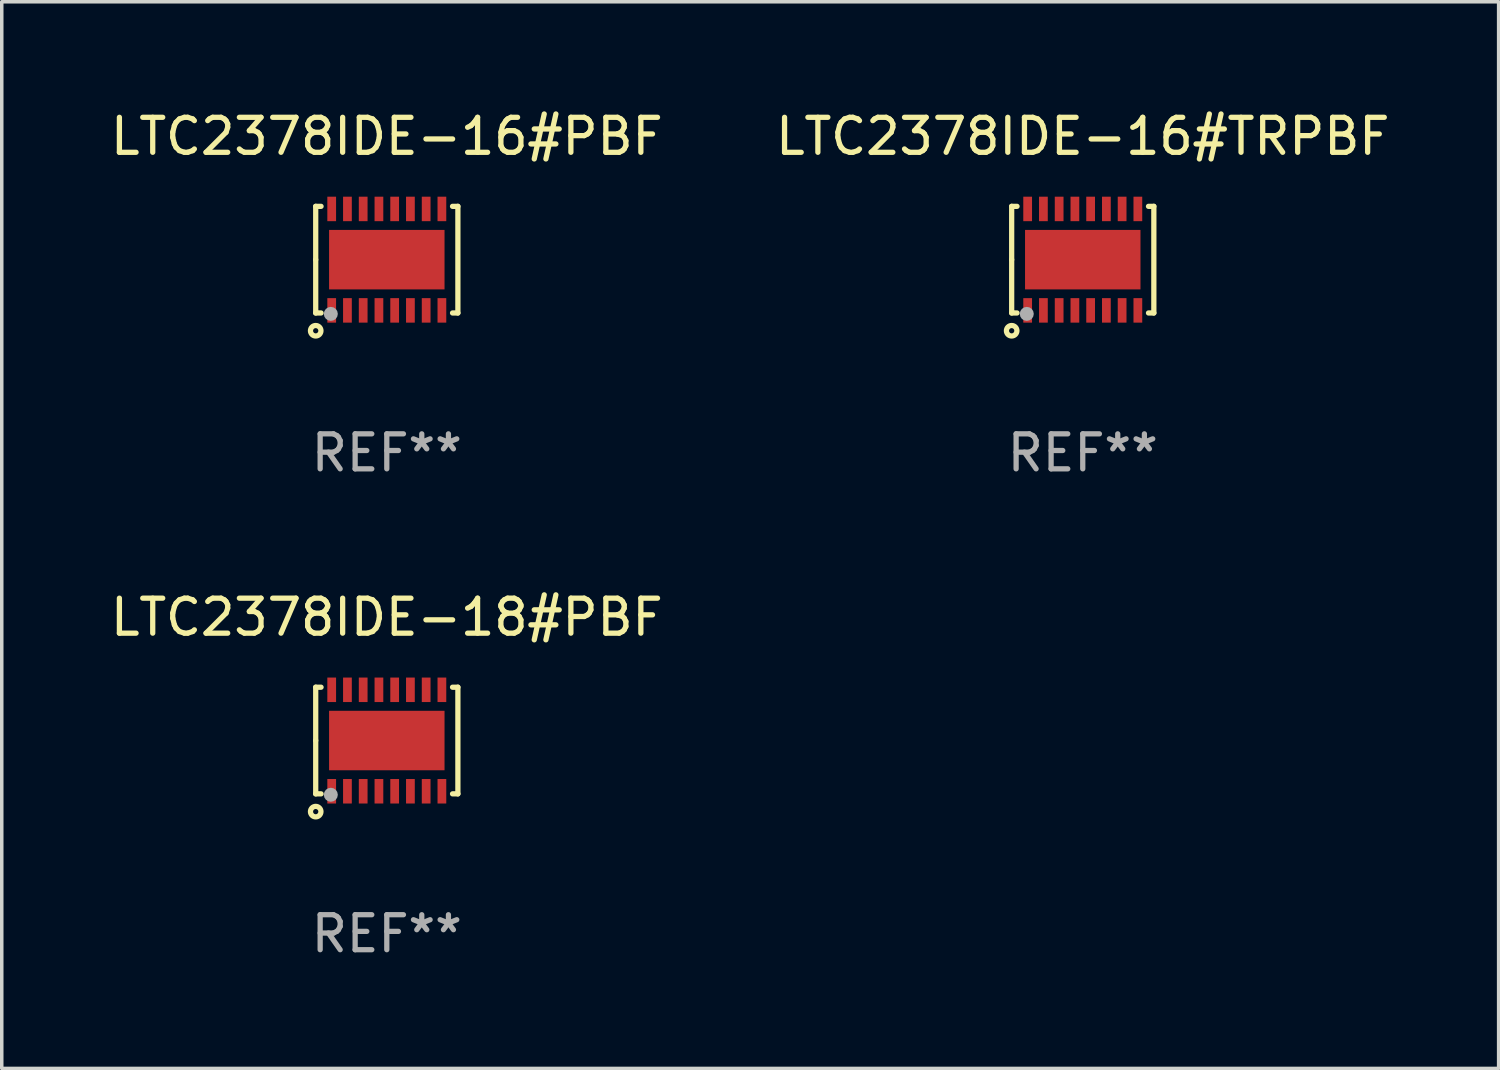
<source format=kicad_pcb>
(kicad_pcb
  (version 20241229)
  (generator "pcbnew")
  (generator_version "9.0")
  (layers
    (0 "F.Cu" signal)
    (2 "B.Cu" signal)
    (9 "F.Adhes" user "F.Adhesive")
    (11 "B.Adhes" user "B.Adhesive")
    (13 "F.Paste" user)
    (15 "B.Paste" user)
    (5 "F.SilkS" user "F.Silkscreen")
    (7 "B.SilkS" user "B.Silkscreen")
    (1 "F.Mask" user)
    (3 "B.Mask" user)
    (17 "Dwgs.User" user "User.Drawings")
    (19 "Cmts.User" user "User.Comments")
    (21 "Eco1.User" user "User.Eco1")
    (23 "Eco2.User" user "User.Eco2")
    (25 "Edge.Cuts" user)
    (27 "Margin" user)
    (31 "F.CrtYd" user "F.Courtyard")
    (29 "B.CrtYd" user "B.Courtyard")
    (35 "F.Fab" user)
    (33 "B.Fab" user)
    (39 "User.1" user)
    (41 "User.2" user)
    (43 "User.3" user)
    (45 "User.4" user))
  (footprint "LTC2378IDE-18#PBF"
    (layer "F.Cu")
    (at 8.006 18.117)
    (property "Reference" "LTC2378IDE-18#PBF" (at 0 -3.524 0) (layer "F.SilkS") (effects (font (size 1 1) (thickness 0.15))))
    (attr through_hole)
    (fp_line (start -2.032 -1.524) (end -1.879 -1.524) (stroke (width 0.15) (type solid)) (layer "F.SilkS"))
    (fp_line (start -2.032 0) (end -2.032 -1.524) (stroke (width 0.15) (type solid)) (layer "F.SilkS"))
    (fp_line (start -2.032 1.524) (end -2.032 0) (stroke (width 0.15) (type solid)) (layer "F.SilkS"))
    (fp_line (start -1.879 1.524) (end -2.032 1.524) (stroke (width 0.15) (type solid)) (layer "F.SilkS"))
    (fp_line (start 1.879 -1.524) (end 2.032 -1.524) (stroke (width 0.15) (type solid)) (layer "F.SilkS"))
    (fp_line (start 2.032 -1.524) (end 2.032 1.524) (stroke (width 0.15) (type solid)) (layer "F.SilkS"))
    (fp_line (start 2.032 1.524) (end 1.879 1.524) (stroke (width 0.15) (type solid)) (layer "F.SilkS"))
    (fp_circle (center -2.032 2.032) (end -1.882 2.032) (stroke (width 0.15) (type solid)) (fill no) (layer "F.SilkS"))
    (fp_circle (center -2 1.5) (end -1.97 1.5) (stroke (width 0.06) (type solid)) (fill no) (layer "F.SilkS"))
    (fp_circle (center -1.6 1.55) (end -1.5 1.55) (stroke (width 0.2) (type solid)) (fill no) (layer "F.Fab"))
    (fp_text user "REF**" (at 0 5.524 0) (layer "F.Fab") (effects (font (size 1 1) (thickness 0.15))))
    (pad "1" smd rect (at -1.575 1.45 90) (size 0.7 0.25) (layers "F.Cu" "F.Mask" "F.Paste"))
    (pad "2" smd rect (at -1.125 1.45 90) (size 0.7 0.25) (layers "F.Cu" "F.Mask" "F.Paste"))
    (pad "3" smd rect (at -0.675 1.45 90) (size 0.7 0.25) (layers "F.Cu" "F.Mask" "F.Paste"))
    (pad "4" smd rect (at -0.225 1.45 90) (size 0.7 0.25) (layers "F.Cu" "F.Mask" "F.Paste"))
    (pad "5" smd rect (at 0.225 1.45 90) (size 0.7 0.25) (layers "F.Cu" "F.Mask" "F.Paste"))
    (pad "6" smd rect (at 0.675 1.45 90) (size 0.7 0.25) (layers "F.Cu" "F.Mask" "F.Paste"))
    (pad "7" smd rect (at 1.125 1.45 90) (size 0.7 0.25) (layers "F.Cu" "F.Mask" "F.Paste"))
    (pad "8" smd rect (at 1.575 1.45 90) (size 0.7 0.25) (layers "F.Cu" "F.Mask" "F.Paste"))
    (pad "9" smd rect (at 1.575 -1.45 90) (size 0.7 0.25) (layers "F.Cu" "F.Mask" "F.Paste"))
    (pad "10" smd rect (at 1.125 -1.45 90) (size 0.7 0.25) (layers "F.Cu" "F.Mask" "F.Paste"))
    (pad "11" smd rect (at 0.675 -1.45 90) (size 0.7 0.25) (layers "F.Cu" "F.Mask" "F.Paste"))
    (pad "12" smd rect (at 0.225 -1.45 90) (size 0.7 0.25) (layers "F.Cu" "F.Mask" "F.Paste"))
    (pad "13" smd rect (at -0.225 -1.45 90) (size 0.7 0.25) (layers "F.Cu" "F.Mask" "F.Paste"))
    (pad "14" smd rect (at -0.675 -1.45 90) (size 0.7 0.25) (layers "F.Cu" "F.Mask" "F.Paste"))
    (pad "15" smd rect (at -1.125 -1.45 90) (size 0.7 0.25) (layers "F.Cu" "F.Mask" "F.Paste"))
    (pad "16" smd rect (at -1.575 -1.45 90) (size 0.7 0.25) (layers "F.Cu" "F.Mask" "F.Paste"))
    (pad "17" smd rect (at 0.000127 0 90) (size 1.7 3.3) (layers "F.Cu" "F.Mask" "F.Paste")))
  (footprint "LTC2378IDE-16#TRPBF"
    (layer "F.Cu")
    (at 27.899 4.372)
    (property "Reference" "LTC2378IDE-16#TRPBF" (at 0 -3.524 0) (layer "F.SilkS") (effects (font (size 1 1) (thickness 0.15))))
    (attr through_hole)
    (fp_line (start -2.032 -1.524) (end -1.879 -1.524) (stroke (width 0.15) (type solid)) (layer "F.SilkS"))
    (fp_line (start -2.032 0) (end -2.032 -1.524) (stroke (width 0.15) (type solid)) (layer "F.SilkS"))
    (fp_line (start -2.032 1.524) (end -2.032 0) (stroke (width 0.15) (type solid)) (layer "F.SilkS"))
    (fp_line (start -1.879 1.524) (end -2.032 1.524) (stroke (width 0.15) (type solid)) (layer "F.SilkS"))
    (fp_line (start 1.879 -1.524) (end 2.032 -1.524) (stroke (width 0.15) (type solid)) (layer "F.SilkS"))
    (fp_line (start 2.032 -1.524) (end 2.032 1.524) (stroke (width 0.15) (type solid)) (layer "F.SilkS"))
    (fp_line (start 2.032 1.524) (end 1.879 1.524) (stroke (width 0.15) (type solid)) (layer "F.SilkS"))
    (fp_circle (center -2.032 2.032) (end -1.882 2.032) (stroke (width 0.15) (type solid)) (fill no) (layer "F.SilkS"))
    (fp_circle (center -2 1.5) (end -1.97 1.5) (stroke (width 0.06) (type solid)) (fill no) (layer "F.SilkS"))
    (fp_circle (center -1.6 1.55) (end -1.5 1.55) (stroke (width 0.2) (type solid)) (fill no) (layer "F.Fab"))
    (fp_text user "REF**" (at 0 5.524 0) (layer "F.Fab") (effects (font (size 1 1) (thickness 0.15))))
    (pad "1" smd rect (at -1.575 1.45 90) (size 0.7 0.25) (layers "F.Cu" "F.Mask" "F.Paste"))
    (pad "2" smd rect (at -1.125 1.45 90) (size 0.7 0.25) (layers "F.Cu" "F.Mask" "F.Paste"))
    (pad "3" smd rect (at -0.675 1.45 90) (size 0.7 0.25) (layers "F.Cu" "F.Mask" "F.Paste"))
    (pad "4" smd rect (at -0.225 1.45 90) (size 0.7 0.25) (layers "F.Cu" "F.Mask" "F.Paste"))
    (pad "5" smd rect (at 0.225 1.45 90) (size 0.7 0.25) (layers "F.Cu" "F.Mask" "F.Paste"))
    (pad "6" smd rect (at 0.675 1.45 90) (size 0.7 0.25) (layers "F.Cu" "F.Mask" "F.Paste"))
    (pad "7" smd rect (at 1.125 1.45 90) (size 0.7 0.25) (layers "F.Cu" "F.Mask" "F.Paste"))
    (pad "8" smd rect (at 1.575 1.45 90) (size 0.7 0.25) (layers "F.Cu" "F.Mask" "F.Paste"))
    (pad "9" smd rect (at 1.575 -1.45 90) (size 0.7 0.25) (layers "F.Cu" "F.Mask" "F.Paste"))
    (pad "10" smd rect (at 1.125 -1.45 90) (size 0.7 0.25) (layers "F.Cu" "F.Mask" "F.Paste"))
    (pad "11" smd rect (at 0.675 -1.45 90) (size 0.7 0.25) (layers "F.Cu" "F.Mask" "F.Paste"))
    (pad "12" smd rect (at 0.225 -1.45 90) (size 0.7 0.25) (layers "F.Cu" "F.Mask" "F.Paste"))
    (pad "13" smd rect (at -0.225 -1.45 90) (size 0.7 0.25) (layers "F.Cu" "F.Mask" "F.Paste"))
    (pad "14" smd rect (at -0.675 -1.45 90) (size 0.7 0.25) (layers "F.Cu" "F.Mask" "F.Paste"))
    (pad "15" smd rect (at -1.125 -1.45 90) (size 0.7 0.25) (layers "F.Cu" "F.Mask" "F.Paste"))
    (pad "16" smd rect (at -1.575 -1.45 90) (size 0.7 0.25) (layers "F.Cu" "F.Mask" "F.Paste"))
    (pad "17" smd rect (at 0.000127 0 90) (size 1.7 3.3) (layers "F.Cu" "F.Mask" "F.Paste")))
  (footprint "LTC2378IDE-16#PBF"
    (layer "F.Cu")
    (at 8.006 4.372)
    (property "Reference" "LTC2378IDE-16#PBF" (at 0 -3.524 0) (layer "F.SilkS") (effects (font (size 1 1) (thickness 0.15))))
    (attr through_hole)
    (fp_line (start -2.032 -1.524) (end -1.879 -1.524) (stroke (width 0.15) (type solid)) (layer "F.SilkS"))
    (fp_line (start -2.032 0) (end -2.032 -1.524) (stroke (width 0.15) (type solid)) (layer "F.SilkS"))
    (fp_line (start -2.032 1.524) (end -2.032 0) (stroke (width 0.15) (type solid)) (layer "F.SilkS"))
    (fp_line (start -1.879 1.524) (end -2.032 1.524) (stroke (width 0.15) (type solid)) (layer "F.SilkS"))
    (fp_line (start 1.879 -1.524) (end 2.032 -1.524) (stroke (width 0.15) (type solid)) (layer "F.SilkS"))
    (fp_line (start 2.032 -1.524) (end 2.032 1.524) (stroke (width 0.15) (type solid)) (layer "F.SilkS"))
    (fp_line (start 2.032 1.524) (end 1.879 1.524) (stroke (width 0.15) (type solid)) (layer "F.SilkS"))
    (fp_circle (center -2.032 2.032) (end -1.882 2.032) (stroke (width 0.15) (type solid)) (fill no) (layer "F.SilkS"))
    (fp_circle (center -2 1.5) (end -1.97 1.5) (stroke (width 0.06) (type solid)) (fill no) (layer "F.SilkS"))
    (fp_circle (center -1.6 1.55) (end -1.5 1.55) (stroke (width 0.2) (type solid)) (fill no) (layer "F.Fab"))
    (fp_text user "REF**" (at 0 5.524 0) (layer "F.Fab") (effects (font (size 1 1) (thickness 0.15))))
    (pad "1" smd rect (at -1.575 1.45 90) (size 0.7 0.25) (layers "F.Cu" "F.Mask" "F.Paste"))
    (pad "2" smd rect (at -1.125 1.45 90) (size 0.7 0.25) (layers "F.Cu" "F.Mask" "F.Paste"))
    (pad "3" smd rect (at -0.675 1.45 90) (size 0.7 0.25) (layers "F.Cu" "F.Mask" "F.Paste"))
    (pad "4" smd rect (at -0.225 1.45 90) (size 0.7 0.25) (layers "F.Cu" "F.Mask" "F.Paste"))
    (pad "5" smd rect (at 0.225 1.45 90) (size 0.7 0.25) (layers "F.Cu" "F.Mask" "F.Paste"))
    (pad "6" smd rect (at 0.675 1.45 90) (size 0.7 0.25) (layers "F.Cu" "F.Mask" "F.Paste"))
    (pad "7" smd rect (at 1.125 1.45 90) (size 0.7 0.25) (layers "F.Cu" "F.Mask" "F.Paste"))
    (pad "8" smd rect (at 1.575 1.45 90) (size 0.7 0.25) (layers "F.Cu" "F.Mask" "F.Paste"))
    (pad "9" smd rect (at 1.575 -1.45 90) (size 0.7 0.25) (layers "F.Cu" "F.Mask" "F.Paste"))
    (pad "10" smd rect (at 1.125 -1.45 90) (size 0.7 0.25) (layers "F.Cu" "F.Mask" "F.Paste"))
    (pad "11" smd rect (at 0.675 -1.45 90) (size 0.7 0.25) (layers "F.Cu" "F.Mask" "F.Paste"))
    (pad "12" smd rect (at 0.225 -1.45 90) (size 0.7 0.25) (layers "F.Cu" "F.Mask" "F.Paste"))
    (pad "13" smd rect (at -0.225 -1.45 90) (size 0.7 0.25) (layers "F.Cu" "F.Mask" "F.Paste"))
    (pad "14" smd rect (at -0.675 -1.45 90) (size 0.7 0.25) (layers "F.Cu" "F.Mask" "F.Paste"))
    (pad "15" smd rect (at -1.125 -1.45 90) (size 0.7 0.25) (layers "F.Cu" "F.Mask" "F.Paste"))
    (pad "16" smd rect (at -1.575 -1.45 90) (size 0.7 0.25) (layers "F.Cu" "F.Mask" "F.Paste"))
    (pad "17" smd rect (at 0.000127 0 90) (size 1.7 3.3) (layers "F.Cu" "F.Mask" "F.Paste")))
  (gr_rect
    (start -3 -3)
    (end 39.786 27.489)
    (stroke (width 0.1) (type default))
    (fill no)
    (layer "Edge.Cuts")))
</source>
